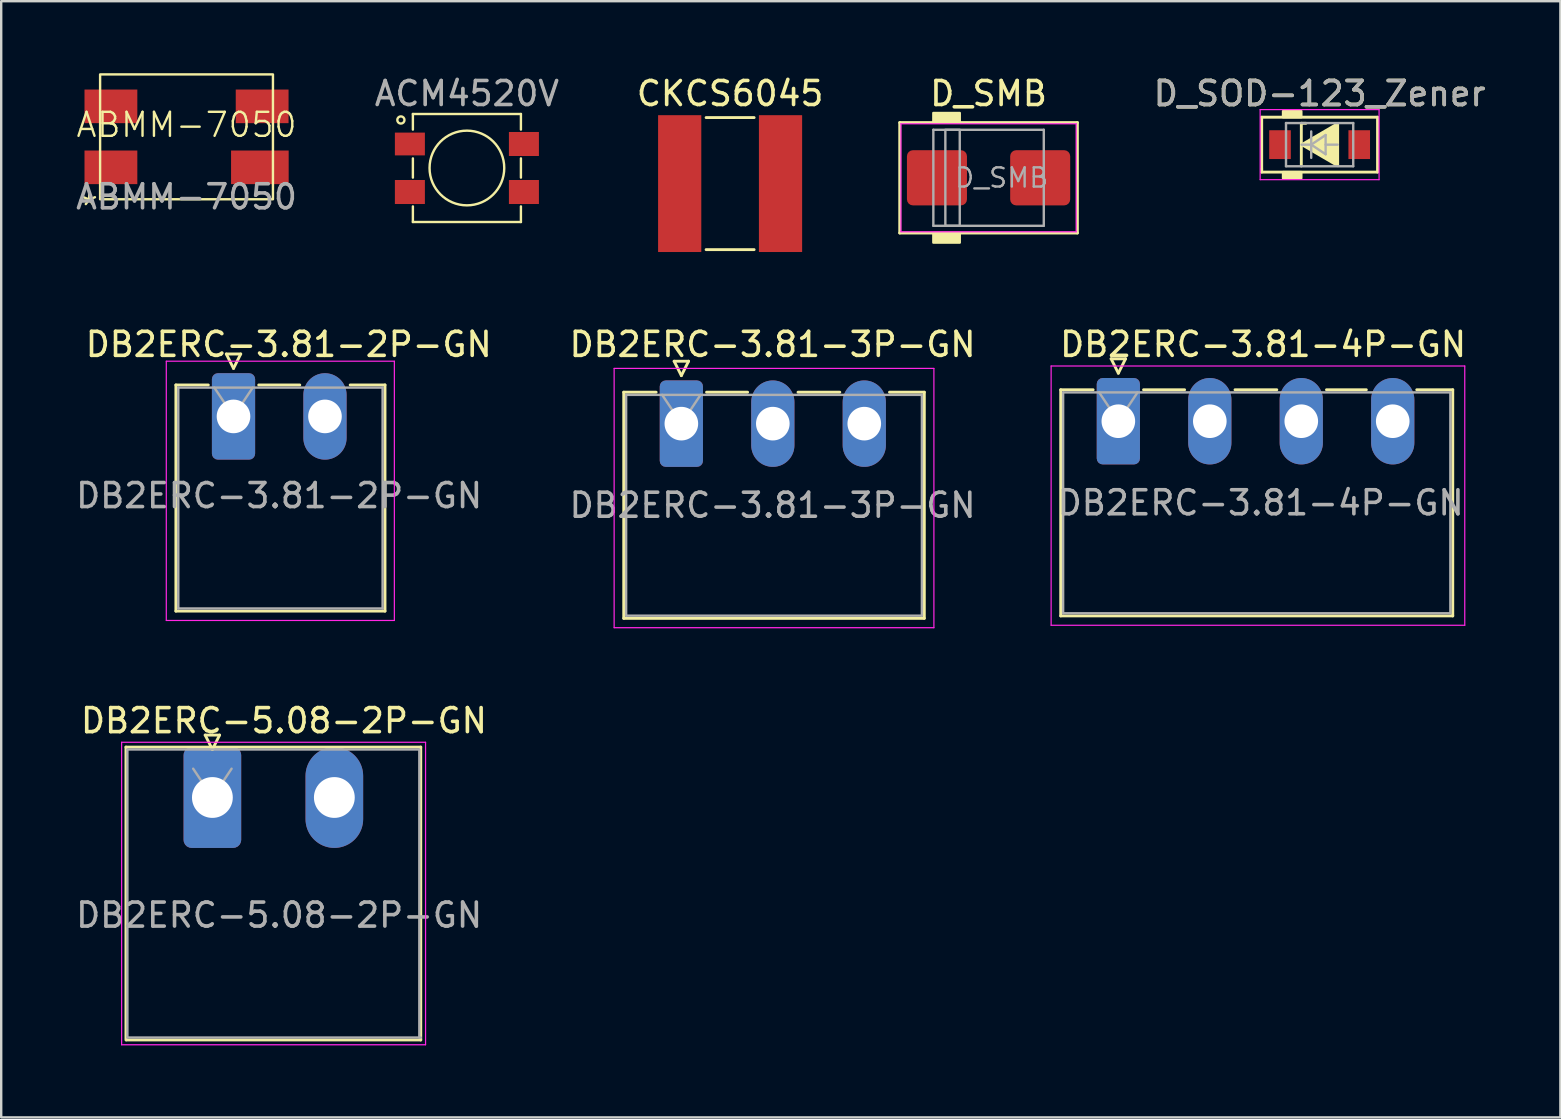
<source format=kicad_pcb>
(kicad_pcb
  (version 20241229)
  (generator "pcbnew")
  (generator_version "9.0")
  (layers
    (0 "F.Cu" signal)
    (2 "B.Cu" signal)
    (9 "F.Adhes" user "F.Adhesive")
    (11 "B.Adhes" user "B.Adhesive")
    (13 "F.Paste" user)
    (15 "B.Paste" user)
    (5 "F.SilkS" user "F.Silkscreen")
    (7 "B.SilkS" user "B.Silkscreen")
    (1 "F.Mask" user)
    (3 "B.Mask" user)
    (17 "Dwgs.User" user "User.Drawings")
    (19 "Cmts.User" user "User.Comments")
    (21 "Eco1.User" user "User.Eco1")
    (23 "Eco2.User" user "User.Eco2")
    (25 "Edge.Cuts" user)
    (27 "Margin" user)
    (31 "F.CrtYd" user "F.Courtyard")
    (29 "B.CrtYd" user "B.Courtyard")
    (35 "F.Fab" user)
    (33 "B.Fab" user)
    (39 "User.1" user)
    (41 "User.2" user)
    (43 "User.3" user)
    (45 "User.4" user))
  (footprint "ABMM-7050"
    (layer "F.Cu")
    (at 4.72 2.65)
    (property "Reference" "ABMM-7050" (at 0 -0.5 0) (unlocked yes) (layer "F.SilkS") (effects (font (size 1 1) (thickness 0.1))))
    (attr smd)
    (fp_rect (start -3.6 -2.6) (end 3.6 2.6) (stroke (width 0.1) (type default)) (fill no) (layer "F.SilkS"))
    (fp_text user "*" (at -4.5 3.5 0) (unlocked yes) (layer "F.SilkS") (effects (font (size 1 1) (thickness 0.1)) (justify left bottom)))
    (fp_text user "${REFERENCE}" (at 0 2.5 0) (unlocked yes) (layer "F.Fab") (effects (font (size 1 1) (thickness 0.15))))
    (pad "1" smd rect (at -3.15 1.27) (size 2.2 1.4) (layers "F.Cu" "F.Mask" "F.Paste"))
    (pad "2" smd rect (at -3.15 -1.27) (size 2.2 1.4) (layers "F.Cu" "F.Mask" "F.Paste"))
    (pad "3" smd rect (at 3.15 -1.27) (size 2.2 1.4) (layers "F.Cu" "F.Mask" "F.Paste"))
    (pad "4" smd rect (at 3.055 1.27) (size 2.4 1.4) (layers "F.Cu" "F.Mask" "F.Paste")))
  (footprint "DB2ERC-3.81-4P-GN"
    (layer "F.Cu")
    (at 43.535 14.496)
    (property "Reference" "DB2ERC-3.81-4P-GN" (at 6.03 -3.2 0) (layer "F.SilkS") (effects (font (size 1 1) (thickness 0.15))))
    (attr through_hole)
    (fp_line (start -2.4 -1.31) (end -2.4 8.11) (stroke (width 0.12) (type solid)) (layer "F.SilkS"))
    (fp_line (start -2.4 -1.31) (end -1.05 -1.31) (stroke (width 0.12) (type solid)) (layer "F.SilkS"))
    (fp_line (start -2.4 8.11) (end 13.93 8.11) (stroke (width 0.12) (type solid)) (layer "F.SilkS"))
    (fp_line (start -0.3 -2.6) (end 0.3 -2.6) (stroke (width 0.12) (type solid)) (layer "F.SilkS"))
    (fp_line (start 0 -2) (end -0.3 -2.6) (stroke (width 0.12) (type solid)) (layer "F.SilkS"))
    (fp_line (start 0.3 -2.6) (end 0 -2) (stroke (width 0.12) (type solid)) (layer "F.SilkS"))
    (fp_line (start 1.05 -1.31) (end 2.76 -1.31) (stroke (width 0.12) (type solid)) (layer "F.SilkS"))
    (fp_line (start 6.6 -1.31) (end 4.86 -1.31) (stroke (width 0.12) (type solid)) (layer "F.SilkS"))
    (fp_line (start 10.33 -1.31) (end 8.67 -1.31) (stroke (width 0.12) (type solid)) (layer "F.SilkS"))
    (fp_line (start 13.93 -1.31) (end 12.43 -1.31) (stroke (width 0.12) (type solid)) (layer "F.SilkS"))
    (fp_line (start 13.93 8.11) (end 13.93 -1.31) (stroke (width 0.12) (type solid)) (layer "F.SilkS"))
    (fp_line (start -2.8 -2.3) (end -2.8 8.5) (stroke (width 0.05) (type solid)) (layer "F.CrtYd"))
    (fp_line (start -2.8 8.5) (end 14.43 8.5) (stroke (width 0.05) (type solid)) (layer "F.CrtYd"))
    (fp_line (start 14.43 -2.3) (end -2.8 -2.3) (stroke (width 0.05) (type solid)) (layer "F.CrtYd"))
    (fp_line (start 14.43 8.5) (end 14.43 -2.3) (stroke (width 0.05) (type solid)) (layer "F.CrtYd"))
    (fp_line (start -2.3 -1.2) (end -2.3 8) (stroke (width 0.1) (type solid)) (layer "F.Fab"))
    (fp_line (start -2.3 8) (end 13.83 8) (stroke (width 0.1) (type solid)) (layer "F.Fab"))
    (fp_line (start 0 0) (end -0.8 -1.2) (stroke (width 0.1) (type solid)) (layer "F.Fab"))
    (fp_line (start 0.8 -1.2) (end 0 0) (stroke (width 0.1) (type solid)) (layer "F.Fab"))
    (fp_line (start 13.83 -1.2) (end -2.3 -1.2) (stroke (width 0.1) (type solid)) (layer "F.Fab"))
    (fp_line (start 13.83 8) (end 13.83 -1.2) (stroke (width 0.1) (type solid)) (layer "F.Fab"))
    (fp_text user "${REFERENCE}" (at 5.93 3.4 0) (layer "F.Fab") (effects (font (size 1 1) (thickness 0.15))))
    (pad "1" thru_hole roundrect (at 0 0) (size 1.8 3.6) (drill 1.4) (layers "*.Cu" "*.Mask") (roundrect_rratio 0.139))
    (pad "2" thru_hole oval (at 3.81 0) (size 1.8 3.6) (drill 1.4) (layers "*.Cu" "*.Mask"))
    (pad "3" thru_hole oval (at 7.62 0) (size 1.8 3.6) (drill 1.4) (layers "*.Cu" "*.Mask"))
    (pad "4" thru_hole oval (at 11.43 0) (size 1.8 3.6) (drill 1.4) (layers "*.Cu" "*.Mask")))
  (footprint "D_SOD-123_Zener"
    (layer "F.Cu")
    (at 51.919 2.975)
    (property "Reference" "D_SOD-123_Zener" (at 0 -2.127 0) (layer "F.SilkS") (effects (font (size 1 1) (thickness 0.15))))
    (attr smd)
    (fp_line (start -2.413 -1.143) (end -2.413 1.016) (stroke (width 0.12) (type solid)) (layer "F.SilkS"))
    (fp_line (start -2.413 1.016) (end -2.413 1.143) (stroke (width 0.12) (type solid)) (layer "F.SilkS"))
    (fp_line (start -2.413 1.143) (end 2.413 1.143) (stroke (width 0.12) (type solid)) (layer "F.SilkS"))
    (fp_line (start -0.762 -0.889) (end -0.762 0.889) (stroke (width 0.12) (type solid)) (layer "F.SilkS"))
    (fp_line (start -0.762 -0.889) (end -0.572 -0.889) (stroke (width 0.12) (type solid)) (layer "F.SilkS"))
    (fp_line (start 2.413 -1.143) (end -2.413 -1.143) (stroke (width 0.12) (type solid)) (layer "F.SilkS"))
    (fp_line (start 2.413 1.143) (end 2.413 -1.143) (stroke (width 0.12) (type solid)) (layer "F.SilkS"))
    (fp_poly (pts (xy 0.762 0.889) (xy -0.762 0) (xy 0.762 -0.889)) (stroke (width 0.1) (type solid)) (fill yes) (layer "F.SilkS"))
    (fp_poly (pts (xy -0.762 -1.143) (xy -1.524 -1.143) (xy -1.524 -1.397) (xy -0.762 -1.397)) (stroke (width 0.1) (type solid)) (fill yes) (layer "F.SilkS"))
    (fp_poly (pts (xy -0.762 1.397) (xy -1.524 1.397) (xy -1.524 1.143) (xy -0.762 1.143)) (stroke (width 0.1) (type solid)) (fill yes) (layer "F.SilkS"))
    (fp_line (start -2.477 -1.46) (end -2.477 1.46) (stroke (width 0.05) (type solid)) (layer "F.CrtYd"))
    (fp_line (start -2.477 -1.46) (end 2.477 -1.46) (stroke (width 0.05) (type solid)) (layer "F.CrtYd"))
    (fp_line (start 2.477 -1.46) (end 2.477 1.46) (stroke (width 0.05) (type solid)) (layer "F.CrtYd"))
    (fp_line (start 2.477 1.46) (end -2.477 1.46) (stroke (width 0.05) (type solid)) (layer "F.CrtYd"))
    (fp_line (start -1.4 -0.9) (end 1.4 -0.9) (stroke (width 0.1) (type solid)) (layer "F.Fab"))
    (fp_line (start -1.4 0.9) (end -1.4 -0.9) (stroke (width 0.1) (type solid)) (layer "F.Fab"))
    (fp_line (start -0.75 0) (end -0.35 0) (stroke (width 0.1) (type solid)) (layer "F.Fab"))
    (fp_line (start -0.35 0) (end -0.35 -0.55) (stroke (width 0.1) (type solid)) (layer "F.Fab"))
    (fp_line (start -0.35 0) (end -0.35 0.55) (stroke (width 0.1) (type solid)) (layer "F.Fab"))
    (fp_line (start -0.35 0) (end 0.25 -0.4) (stroke (width 0.1) (type solid)) (layer "F.Fab"))
    (fp_line (start 0.25 -0.4) (end 0.25 0.4) (stroke (width 0.1) (type solid)) (layer "F.Fab"))
    (fp_line (start 0.25 0) (end 0.75 0) (stroke (width 0.1) (type solid)) (layer "F.Fab"))
    (fp_line (start 0.25 0.4) (end -0.35 0) (stroke (width 0.1) (type solid)) (layer "F.Fab"))
    (fp_line (start 1.4 -0.9) (end 1.4 0.9) (stroke (width 0.1) (type solid)) (layer "F.Fab"))
    (fp_line (start 1.4 0.9) (end -1.4 0.9) (stroke (width 0.1) (type solid)) (layer "F.Fab"))
    (fp_text user "${REFERENCE}" (at 0 -2.127 0) (layer "F.Fab") (effects (font (size 1 1) (thickness 0.15))))
    (pad "1" smd rect (at -1.65 0) (size 0.9 1.2) (layers "F.Cu" "F.Mask" "F.Paste"))
    (pad "2" smd rect (at 1.65 0) (size 0.9 1.2) (layers "F.Cu" "F.Mask" "F.Paste")))
  (footprint "ACM4520V"
    (layer "F.Cu")
    (at 16.399 3.948)
    (property "Reference" "ACM4520V" (at 0 -3.1 0) (unlocked yes) (layer "F.SilkS") (effects (font (size 1 1) (thickness 0.1))))
    (attr smd)
    (fp_line (start -2.25 -2.25) (end -2.25 -1.6) (stroke (width 0.1) (type default)) (layer "F.SilkS"))
    (fp_line (start -2.25 -0.4) (end -2.25 0.4) (stroke (width 0.1) (type default)) (layer "F.SilkS"))
    (fp_line (start -2.25 1.6) (end -2.25 2.25) (stroke (width 0.1) (type default)) (layer "F.SilkS"))
    (fp_line (start -2.25 2.25) (end 2.25 2.25) (stroke (width 0.1) (type default)) (layer "F.SilkS"))
    (fp_line (start 2.25 -2.25) (end -2.25 -2.25) (stroke (width 0.1) (type default)) (layer "F.SilkS"))
    (fp_line (start 2.25 -1.6) (end 2.25 -2.25) (stroke (width 0.1) (type default)) (layer "F.SilkS"))
    (fp_line (start 2.25 0.4) (end 2.25 -0.4) (stroke (width 0.1) (type default)) (layer "F.SilkS"))
    (fp_line (start 2.25 2.25) (end 2.25 1.6) (stroke (width 0.1) (type default)) (layer "F.SilkS"))
    (fp_circle (center -2.75 -2) (end -2.6 -2) (stroke (width 0.1) (type default)) (fill no) (layer "F.SilkS"))
    (fp_circle (center 0 0) (end 1.1 1.1) (stroke (width 0.1) (type default)) (fill no) (layer "F.SilkS"))
    (fp_text user "${REFERENCE}" (at 0 -3.1 0) (unlocked yes) (layer "F.Fab") (effects (font (size 1 1) (thickness 0.15))))
    (pad "1" smd rect (at -2.375 -1) (size 1.25 0.95) (layers "F.Cu" "F.Mask" "F.Paste"))
    (pad "2" smd rect (at -2.375 1) (size 1.25 1) (layers "F.Cu" "F.Mask" "F.Paste"))
    (pad "3" smd rect (at 2.375 1) (size 1.25 1) (layers "F.Cu" "F.Mask" "F.Paste"))
    (pad "4" smd rect (at 2.375 -1) (size 1.25 1) (layers "F.Cu" "F.Mask" "F.Paste")))
  (footprint "DB2ERC-3.81-2P-GN"
    (layer "F.Cu")
    (at 6.677 14.296)
    (property "Reference" "DB2ERC-3.81-2P-GN" (at 2.3 -3 0) (layer "F.SilkS") (effects (font (size 1 1) (thickness 0.15))))
    (attr through_hole)
    (fp_line (start -2.4 -1.31) (end -2.4 8.11) (stroke (width 0.12) (type solid)) (layer "F.SilkS"))
    (fp_line (start -2.4 -1.31) (end -1.05 -1.31) (stroke (width 0.12) (type solid)) (layer "F.SilkS"))
    (fp_line (start -2.4 8.11) (end 6.31 8.11) (stroke (width 0.12) (type solid)) (layer "F.SilkS"))
    (fp_line (start -0.3 -2.6) (end 0.3 -2.6) (stroke (width 0.12) (type solid)) (layer "F.SilkS"))
    (fp_line (start 0 -2) (end -0.3 -2.6) (stroke (width 0.12) (type solid)) (layer "F.SilkS"))
    (fp_line (start 0.3 -2.6) (end 0 -2) (stroke (width 0.12) (type solid)) (layer "F.SilkS"))
    (fp_line (start 1.05 -1.31) (end 2.76 -1.31) (stroke (width 0.12) (type solid)) (layer "F.SilkS"))
    (fp_line (start 6.31 -1.31) (end 4.86 -1.31) (stroke (width 0.12) (type solid)) (layer "F.SilkS"))
    (fp_line (start 6.31 8.11) (end 6.31 -1.31) (stroke (width 0.12) (type solid)) (layer "F.SilkS"))
    (fp_line (start -2.8 -2.3) (end -2.8 8.5) (stroke (width 0.05) (type solid)) (layer "F.CrtYd"))
    (fp_line (start -2.8 8.5) (end 6.7 8.5) (stroke (width 0.05) (type solid)) (layer "F.CrtYd"))
    (fp_line (start 6.7 -2.3) (end -2.8 -2.3) (stroke (width 0.05) (type solid)) (layer "F.CrtYd"))
    (fp_line (start 6.7 8.5) (end 6.7 -2.3) (stroke (width 0.05) (type solid)) (layer "F.CrtYd"))
    (fp_line (start -2.3 -1.2) (end -2.3 8) (stroke (width 0.1) (type solid)) (layer "F.Fab"))
    (fp_line (start -2.3 8) (end 6.21 8) (stroke (width 0.1) (type solid)) (layer "F.Fab"))
    (fp_line (start 0 0) (end -0.8 -1.2) (stroke (width 0.1) (type solid)) (layer "F.Fab"))
    (fp_line (start 0.8 -1.2) (end 0 0) (stroke (width 0.1) (type solid)) (layer "F.Fab"))
    (fp_line (start 6.21 -1.2) (end -2.3 -1.2) (stroke (width 0.1) (type solid)) (layer "F.Fab"))
    (fp_line (start 6.21 8) (end 6.21 -1.2) (stroke (width 0.1) (type solid)) (layer "F.Fab"))
    (fp_text user "${REFERENCE}" (at 1.9 3.3 0) (layer "F.Fab") (effects (font (size 1 1) (thickness 0.15))))
    (pad "1" thru_hole roundrect (at 0 0) (size 1.8 3.6) (drill 1.4) (layers "*.Cu" "*.Mask") (roundrect_rratio 0.139))
    (pad "2" thru_hole oval (at 3.81 0) (size 1.8 3.6) (drill 1.4) (layers "*.Cu" "*.Mask")))
  (footprint "DB2ERC-5.08-2P-GN"
    (layer "F.Cu")
    (at 5.797 30.17)
    (property "Reference" "DB2ERC-5.08-2P-GN" (at 2.98 -3.2 0) (layer "F.SilkS") (effects (font (size 1 1) (thickness 0.15))))
    (attr through_hole)
    (fp_line (start -3.6 -2.1) (end -3.6 10.1) (stroke (width 0.12) (type solid)) (layer "F.SilkS"))
    (fp_line (start -3.6 -2.1) (end 8.68 -2.1) (stroke (width 0.12) (type solid)) (layer "F.SilkS"))
    (fp_line (start -3.58 10.1) (end 8.68 10.1) (stroke (width 0.12) (type solid)) (layer "F.SilkS"))
    (fp_line (start -0.3 -2.6) (end 0.3 -2.6) (stroke (width 0.12) (type solid)) (layer "F.SilkS"))
    (fp_line (start 0 -2) (end -0.3 -2.6) (stroke (width 0.12) (type solid)) (layer "F.SilkS"))
    (fp_line (start 0.3 -2.6) (end 0 -2) (stroke (width 0.12) (type solid)) (layer "F.SilkS"))
    (fp_line (start 8.68 10.1) (end 8.68 -2.1) (stroke (width 0.12) (type solid)) (layer "F.SilkS"))
    (fp_line (start -3.78 -2.3) (end -3.78 10.3) (stroke (width 0.05) (type solid)) (layer "F.CrtYd"))
    (fp_line (start -3.78 10.3) (end 8.88 10.3) (stroke (width 0.05) (type solid)) (layer "F.CrtYd"))
    (fp_line (start 8.88 -2.3) (end -3.78 -2.3) (stroke (width 0.05) (type solid)) (layer "F.CrtYd"))
    (fp_line (start 8.88 10.3) (end 8.88 -2.3) (stroke (width 0.05) (type solid)) (layer "F.CrtYd"))
    (fp_line (start -3.54 -2) (end -3.54 10) (stroke (width 0.1) (type solid)) (layer "F.Fab"))
    (fp_line (start -3.54 10) (end 8.68 10) (stroke (width 0.1) (type solid)) (layer "F.Fab"))
    (fp_line (start 0 0) (end -0.8 -1.2) (stroke (width 0.1) (type solid)) (layer "F.Fab"))
    (fp_line (start 0.8 -1.2) (end 0 0) (stroke (width 0.1) (type solid)) (layer "F.Fab"))
    (fp_line (start 8.58 -2) (end -3.54 -2) (stroke (width 0.1) (type solid)) (layer "F.Fab"))
    (fp_line (start 8.62 10) (end 8.62 -2) (stroke (width 0.1) (type solid)) (layer "F.Fab"))
    (fp_text user "${REFERENCE}" (at 2.78 4.9 0) (layer "F.Fab") (effects (font (size 1 1) (thickness 0.15))))
    (pad "1" thru_hole roundrect (at 0 0) (size 2.4 4.2) (drill 1.7) (layers "*.Cu" "*.Mask") (roundrect_rratio 0.139))
    (pad "2" thru_hole oval (at 5.08 0) (size 2.4 4.2) (drill 1.7) (layers "*.Cu" "*.Mask")))
  (footprint "CKCS6045"
    (layer "F.Cu")
    (at 27.363 4.598)
    (property "Reference" "CKCS6045" (at 0 -3.75 0) (unlocked yes) (layer "F.SilkS") (effects (font (size 1 1) (thickness 0.15))))
    (attr smd)
    (fp_line (start -1 -2.75) (end 1 -2.75) (stroke (width 0.12) (type default)) (layer "F.SilkS"))
    (fp_line (start -1 2.75) (end 1 2.75) (stroke (width 0.12) (type default)) (layer "F.SilkS"))
    (pad "1" smd rect (at -2.1 0) (size 1.8 5.7) (layers "F.Cu" "F.Mask" "F.Paste"))
    (pad "2" smd rect (at 2.1 0) (size 1.8 5.7) (layers "F.Cu" "F.Mask" "F.Paste")))
  (footprint "D_SMB"
    (layer "F.Cu")
    (at 38.129 4.356)
    (property "Reference" "D_SMB" (at 0 -3.508 0) (layer "F.SilkS") (effects (font (size 1 1) (thickness 0.15))))
    (attr smd)
    (fp_line (start -3.7 -2.3) (end -3.7 2.3) (stroke (width 0.12) (type solid)) (layer "F.SilkS"))
    (fp_line (start -3.7 2.3) (end 3.7 2.3) (stroke (width 0.12) (type solid)) (layer "F.SilkS"))
    (fp_line (start 3.7 -2.3) (end -3.7 -2.3) (stroke (width 0.12) (type solid)) (layer "F.SilkS"))
    (fp_line (start 3.7 2.3) (end 3.7 -2.3) (stroke (width 0.12) (type solid)) (layer "F.SilkS"))
    (fp_poly (pts (xy -1.2 -2.3) (xy -2.3 -2.3) (xy -2.3 -2.7) (xy -1.2 -2.7)) (stroke (width 0.1) (type solid)) (fill yes) (layer "F.SilkS"))
    (fp_poly (pts (xy -1.2 2.7) (xy -2.3 2.7) (xy -2.3 2.3) (xy -1.2 2.3)) (stroke (width 0.1) (type solid)) (fill yes) (layer "F.SilkS"))
    (fp_line (start -3.65 -2.25) (end 3.65 -2.25) (stroke (width 0.05) (type solid)) (layer "F.CrtYd"))
    (fp_line (start -3.65 2.25) (end -3.65 -2.25) (stroke (width 0.05) (type solid)) (layer "F.CrtYd"))
    (fp_line (start 3.65 -2.25) (end 3.65 2.25) (stroke (width 0.05) (type solid)) (layer "F.CrtYd"))
    (fp_line (start 3.65 2.25) (end -3.65 2.25) (stroke (width 0.05) (type solid)) (layer "F.CrtYd"))
    (fp_line (start -2.3 2) (end -2.3 -2) (stroke (width 0.1) (type solid)) (layer "F.Fab"))
    (fp_line (start 2.3 -2) (end -2.3 -2) (stroke (width 0.1) (type solid)) (layer "F.Fab"))
    (fp_line (start 2.3 -2) (end 2.3 2) (stroke (width 0.1) (type solid)) (layer "F.Fab"))
    (fp_line (start 2.3 2) (end -2.3 2) (stroke (width 0.1) (type solid)) (layer "F.Fab"))
    (fp_rect (start -1.8 -2) (end -1.2 2) (stroke (width 0.1) (type solid)) (fill no) (layer "F.Fab"))
    (fp_text user "${REFERENCE}" (at 0.55 0 0) (layer "F.Fab") (effects (font (size 0.8 0.8) (thickness 0.1))))
    (pad "1" smd roundrect (at -2.15 0) (size 2.5 2.3) (layers "F.Cu" "F.Mask" "F.Paste") (roundrect_rratio 0.109))
    (pad "2" smd roundrect (at 2.15 0) (size 2.5 2.3) (layers "F.Cu" "F.Mask" "F.Paste") (roundrect_rratio 0.109)))
  (footprint "DB2ERC-3.81-3P-GN"
    (layer "F.Cu")
    (at 25.332 14.597)
    (property "Reference" "DB2ERC-3.81-3P-GN" (at 3.8 -3.3 0) (layer "F.SilkS") (effects (font (size 1 1) (thickness 0.15))))
    (attr through_hole)
    (fp_line (start -2.4 -1.31) (end -2.4 8.11) (stroke (width 0.12) (type solid)) (layer "F.SilkS"))
    (fp_line (start -2.4 -1.31) (end -1.05 -1.31) (stroke (width 0.12) (type solid)) (layer "F.SilkS"))
    (fp_line (start -2.4 8.11) (end 10.12 8.11) (stroke (width 0.12) (type solid)) (layer "F.SilkS"))
    (fp_line (start -0.3 -2.6) (end 0.3 -2.6) (stroke (width 0.12) (type solid)) (layer "F.SilkS"))
    (fp_line (start 0 -2) (end -0.3 -2.6) (stroke (width 0.12) (type solid)) (layer "F.SilkS"))
    (fp_line (start 0.3 -2.6) (end 0 -2) (stroke (width 0.12) (type solid)) (layer "F.SilkS"))
    (fp_line (start 1.05 -1.31) (end 2.76 -1.31) (stroke (width 0.12) (type solid)) (layer "F.SilkS"))
    (fp_line (start 6.6 -1.31) (end 4.86 -1.31) (stroke (width 0.12) (type solid)) (layer "F.SilkS"))
    (fp_line (start 10.12 -1.31) (end 8.67 -1.31) (stroke (width 0.12) (type solid)) (layer "F.SilkS"))
    (fp_line (start 10.12 8.11) (end 10.12 -1.31) (stroke (width 0.12) (type solid)) (layer "F.SilkS"))
    (fp_line (start -2.8 -2.3) (end -2.8 8.5) (stroke (width 0.05) (type solid)) (layer "F.CrtYd"))
    (fp_line (start -2.8 8.5) (end 10.52 8.5) (stroke (width 0.05) (type solid)) (layer "F.CrtYd"))
    (fp_line (start 10.52 -2.3) (end -2.8 -2.3) (stroke (width 0.05) (type solid)) (layer "F.CrtYd"))
    (fp_line (start 10.52 8.5) (end 10.52 -2.3) (stroke (width 0.05) (type solid)) (layer "F.CrtYd"))
    (fp_line (start -2.3 -1.2) (end -2.3 8) (stroke (width 0.1) (type solid)) (layer "F.Fab"))
    (fp_line (start -2.3 8) (end 10.02 8) (stroke (width 0.1) (type solid)) (layer "F.Fab"))
    (fp_line (start 0 0) (end -0.8 -1.2) (stroke (width 0.1) (type solid)) (layer "F.Fab"))
    (fp_line (start 0.8 -1.2) (end 0 0) (stroke (width 0.1) (type solid)) (layer "F.Fab"))
    (fp_line (start 10.02 -1.2) (end -2.3 -1.2) (stroke (width 0.1) (type solid)) (layer "F.Fab"))
    (fp_line (start 10.02 8) (end 10.02 -1.2) (stroke (width 0.1) (type solid)) (layer "F.Fab"))
    (fp_text user "${REFERENCE}" (at 3.8 3.4 0) (layer "F.Fab") (effects (font (size 1 1) (thickness 0.15))))
    (pad "1" thru_hole roundrect (at 0 0) (size 1.8 3.6) (drill 1.4) (layers "*.Cu" "*.Mask") (roundrect_rratio 0.139))
    (pad "2" thru_hole oval (at 3.81 0) (size 1.8 3.6) (drill 1.4) (layers "*.Cu" "*.Mask"))
    (pad "3" thru_hole oval (at 7.62 0) (size 1.8 3.6) (drill 1.4) (layers "*.Cu" "*.Mask")))
  (gr_rect
    (start -3 -3)
    (end 61.949 43.495)
    (stroke (width 0.1) (type default))
    (fill no)
    (layer "Edge.Cuts")))
</source>
